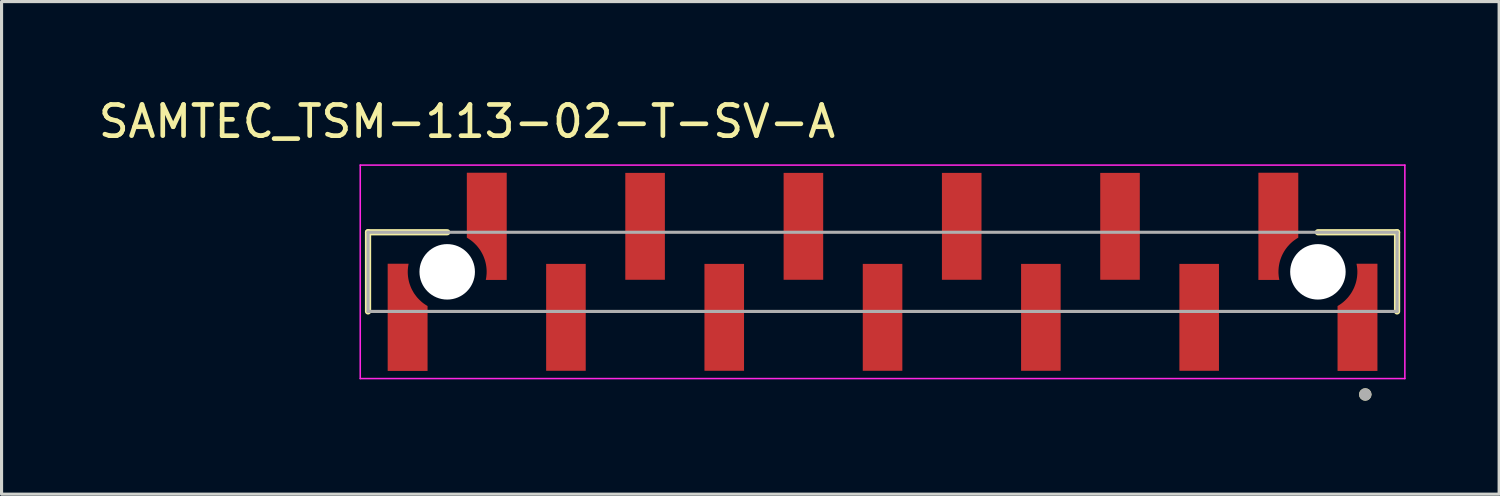
<source format=kicad_pcb>
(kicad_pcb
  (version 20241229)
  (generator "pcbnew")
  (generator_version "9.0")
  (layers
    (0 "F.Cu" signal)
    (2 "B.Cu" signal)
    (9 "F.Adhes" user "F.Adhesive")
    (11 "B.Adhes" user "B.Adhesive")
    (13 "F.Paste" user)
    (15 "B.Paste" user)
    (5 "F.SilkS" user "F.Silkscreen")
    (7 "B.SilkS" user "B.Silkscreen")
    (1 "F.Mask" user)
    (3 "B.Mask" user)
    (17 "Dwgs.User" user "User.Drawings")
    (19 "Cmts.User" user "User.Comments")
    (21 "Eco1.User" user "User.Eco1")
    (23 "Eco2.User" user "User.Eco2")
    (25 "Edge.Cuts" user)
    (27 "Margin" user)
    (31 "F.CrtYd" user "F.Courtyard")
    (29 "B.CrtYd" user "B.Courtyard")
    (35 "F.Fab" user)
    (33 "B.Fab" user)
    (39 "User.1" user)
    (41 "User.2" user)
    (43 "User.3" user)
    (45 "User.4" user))
  (footprint "SAMTEC_TSM-113-02-T-SV-A"
    (layer "F.Cu")
    (at 25.27 5.673)
    (property "Reference" "SAMTEC_TSM-113-02-T-SV-A" (at -13.335 -4.825 0) (layer "F.SilkS") (effects (font (size 1 1) (thickness 0.15))))
    (attr smd)
    (fp_poly (pts (xy -11.965 0.355) (xy -12.855 0.355) (xy -12.838 0.294) (xy -12.825 0.24) (xy -12.816 0.187) (xy -12.808 0.132) (xy -12.804 0.078) (xy -12.801 0.023) (xy -12.802 -0.031) (xy -12.805 -0.086) (xy -12.81 -0.141) (xy -12.818 -0.195) (xy -12.828 -0.248) (xy -12.841 -0.301) (xy -12.857 -0.354) (xy -12.874 -0.406) (xy -12.895 -0.457) (xy -12.917 -0.506) (xy -12.942 -0.555) (xy -12.969 -0.603) (xy -12.998 -0.649) (xy -13.03 -0.694) (xy -13.063 -0.737) (xy -13.099 -0.779) (xy -13.136 -0.819) (xy -13.175 -0.857) (xy -13.216 -0.893) (xy -13.258 -0.928) (xy -13.302 -0.96) (xy -13.348 -0.99) (xy -13.395 -1.019) (xy -13.435 -1.04) (xy -13.435 -3.275) (xy -11.965 -3.275) (xy -11.965 0.355)) (stroke (width 0.01) (type solid)) (fill yes) (layer "F.Mask"))
    (fp_poly (pts (xy 15.975 -0.355) (xy 15.085 -0.355) (xy 15.102 -0.294) (xy 15.115 -0.24) (xy 15.124 -0.187) (xy 15.132 -0.132) (xy 15.136 -0.078) (xy 15.139 -0.023) (xy 15.138 0.031) (xy 15.135 0.086) (xy 15.13 0.141) (xy 15.122 0.195) (xy 15.112 0.248) (xy 15.099 0.301) (xy 15.083 0.354) (xy 15.066 0.406) (xy 15.045 0.457) (xy 15.023 0.506) (xy 14.998 0.555) (xy 14.971 0.603) (xy 14.942 0.649) (xy 14.91 0.694) (xy 14.877 0.737) (xy 14.841 0.779) (xy 14.804 0.819) (xy 14.765 0.857) (xy 14.724 0.893) (xy 14.682 0.928) (xy 14.638 0.96) (xy 14.592 0.99) (xy 14.545 1.019) (xy 14.505 1.04) (xy 14.505 3.275) (xy 15.975 3.275) (xy 15.975 -0.355)) (stroke (width 0.01) (type solid)) (fill yes) (layer "F.Mask"))
    (fp_poly (pts (xy -15.085 -0.355) (xy -15.975 -0.355) (xy -15.975 3.275) (xy -14.505 3.275) (xy -14.505 1.04) (xy -14.545 1.019) (xy -14.592 0.99) (xy -14.638 0.96) (xy -14.682 0.928) (xy -14.724 0.893) (xy -14.765 0.857) (xy -14.804 0.819) (xy -14.841 0.779) (xy -14.877 0.737) (xy -14.91 0.694) (xy -14.942 0.649) (xy -14.971 0.603) (xy -14.998 0.555) (xy -15.023 0.506) (xy -15.045 0.457) (xy -15.066 0.406) (xy -15.083 0.354) (xy -15.099 0.301) (xy -15.112 0.248) (xy -15.122 0.195) (xy -15.13 0.141) (xy -15.135 0.086) (xy -15.138 0.031) (xy -15.139 -0.023) (xy -15.136 -0.078) (xy -15.132 -0.132) (xy -15.124 -0.187) (xy -15.115 -0.24) (xy -15.102 -0.294) (xy -15.085 -0.355) (xy -15.085 -0.355)) (stroke (width 0.01) (type solid)) (fill yes) (layer "F.Mask"))
    (fp_poly (pts (xy 12.855 0.355) (xy 11.965 0.355) (xy 11.965 -3.275) (xy 13.435 -3.275) (xy 13.435 -1.04) (xy 13.395 -1.019) (xy 13.348 -0.99) (xy 13.302 -0.96) (xy 13.258 -0.928) (xy 13.216 -0.893) (xy 13.175 -0.857) (xy 13.136 -0.819) (xy 13.099 -0.779) (xy 13.063 -0.737) (xy 13.03 -0.694) (xy 12.998 -0.649) (xy 12.969 -0.603) (xy 12.942 -0.555) (xy 12.917 -0.506) (xy 12.895 -0.457) (xy 12.874 -0.406) (xy 12.857 -0.354) (xy 12.841 -0.301) (xy 12.828 -0.248) (xy 12.818 -0.195) (xy 12.81 -0.141) (xy 12.805 -0.086) (xy 12.802 -0.031) (xy 12.801 0.023) (xy 12.804 0.078) (xy 12.808 0.132) (xy 12.816 0.187) (xy 12.825 0.24) (xy 12.838 0.294) (xy 12.855 0.355) (xy 12.855 0.355)) (stroke (width 0.01) (type solid)) (fill yes) (layer "F.Mask"))
    (fp_line (start -16.51 -1.27) (end -13.97 -1.27) (stroke (width 0.2) (type solid)) (layer "F.SilkS"))
    (fp_line (start -16.51 1.27) (end -16.51 -1.27) (stroke (width 0.2) (type solid)) (layer "F.SilkS"))
    (fp_line (start 13.97 -1.27) (end 16.51 -1.27) (stroke (width 0.2) (type solid)) (layer "F.SilkS"))
    (fp_line (start 16.51 -1.27) (end 16.51 1.27) (stroke (width 0.2) (type solid)) (layer "F.SilkS"))
    (fp_circle (center 15.49 3.935) (end 15.59 3.935) (stroke (width 0.2) (type solid)) (fill no) (layer "F.SilkS"))
    (fp_poly (pts (xy -12.065 0.255) (xy -12.726 0.255) (xy -12.717 0.207) (xy -12.709 0.155) (xy -12.704 0.102) (xy -12.7 0.05) (xy -12.699 -0.003) (xy -12.7 -0.056) (xy -12.704 -0.109) (xy -12.709 -0.162) (xy -12.717 -0.214) (xy -12.727 -0.266) (xy -12.739 -0.318) (xy -12.753 -0.369) (xy -12.77 -0.419) (xy -12.788 -0.468) (xy -12.808 -0.517) (xy -12.831 -0.565) (xy -12.856 -0.612) (xy -12.882 -0.658) (xy -12.91 -0.703) (xy -12.941 -0.746) (xy -12.973 -0.788) (xy -13.006 -0.829) (xy -13.042 -0.868) (xy -13.079 -0.906) (xy -13.117 -0.942) (xy -13.157 -0.977) (xy -13.199 -1.01) (xy -13.242 -1.041) (xy -13.286 -1.07) (xy -13.335 -1.1) (xy -13.335 -3.175) (xy -12.065 -3.175) (xy -12.065 0.255)) (stroke (width 0.01) (type solid)) (fill yes) (layer "F.Paste"))
    (fp_poly (pts (xy 15.875 -0.255) (xy 15.214 -0.255) (xy 15.223 -0.207) (xy 15.231 -0.155) (xy 15.236 -0.102) (xy 15.24 -0.05) (xy 15.241 0.003) (xy 15.24 0.056) (xy 15.236 0.109) (xy 15.231 0.162) (xy 15.223 0.214) (xy 15.213 0.266) (xy 15.201 0.318) (xy 15.187 0.369) (xy 15.17 0.419) (xy 15.152 0.468) (xy 15.132 0.517) (xy 15.109 0.565) (xy 15.084 0.612) (xy 15.058 0.658) (xy 15.03 0.703) (xy 14.999 0.746) (xy 14.967 0.788) (xy 14.934 0.829) (xy 14.898 0.868) (xy 14.861 0.906) (xy 14.823 0.942) (xy 14.783 0.977) (xy 14.741 1.01) (xy 14.698 1.041) (xy 14.654 1.07) (xy 14.605 1.1) (xy 14.605 3.175) (xy 15.875 3.175) (xy 15.875 -0.255)) (stroke (width 0.01) (type solid)) (fill yes) (layer "F.Paste"))
    (fp_poly (pts (xy -15.214 -0.255) (xy -15.875 -0.255) (xy -15.875 3.175) (xy -14.605 3.175) (xy -14.605 1.1) (xy -14.654 1.07) (xy -14.698 1.041) (xy -14.741 1.01) (xy -14.783 0.977) (xy -14.823 0.942) (xy -14.861 0.906) (xy -14.898 0.868) (xy -14.934 0.829) (xy -14.967 0.788) (xy -14.999 0.746) (xy -15.03 0.703) (xy -15.058 0.658) (xy -15.084 0.612) (xy -15.109 0.565) (xy -15.132 0.517) (xy -15.152 0.468) (xy -15.17 0.419) (xy -15.187 0.369) (xy -15.201 0.318) (xy -15.213 0.266) (xy -15.223 0.214) (xy -15.231 0.162) (xy -15.236 0.109) (xy -15.24 0.056) (xy -15.241 0.003) (xy -15.24 -0.05) (xy -15.236 -0.102) (xy -15.231 -0.155) (xy -15.223 -0.207) (xy -15.214 -0.255) (xy -15.214 -0.255)) (stroke (width 0.01) (type solid)) (fill yes) (layer "F.Paste"))
    (fp_poly (pts (xy 12.726 0.255) (xy 12.065 0.255) (xy 12.065 -3.175) (xy 13.335 -3.175) (xy 13.335 -1.1) (xy 13.286 -1.07) (xy 13.242 -1.041) (xy 13.199 -1.01) (xy 13.157 -0.977) (xy 13.117 -0.942) (xy 13.079 -0.906) (xy 13.042 -0.868) (xy 13.006 -0.829) (xy 12.973 -0.788) (xy 12.941 -0.746) (xy 12.91 -0.703) (xy 12.882 -0.658) (xy 12.856 -0.612) (xy 12.831 -0.565) (xy 12.808 -0.517) (xy 12.788 -0.468) (xy 12.77 -0.419) (xy 12.753 -0.369) (xy 12.739 -0.318) (xy 12.727 -0.266) (xy 12.717 -0.214) (xy 12.709 -0.162) (xy 12.704 -0.109) (xy 12.7 -0.056) (xy 12.699 -0.003) (xy 12.7 0.05) (xy 12.704 0.102) (xy 12.709 0.155) (xy 12.717 0.207) (xy 12.726 0.255) (xy 12.726 0.255)) (stroke (width 0.01) (type solid)) (fill yes) (layer "F.Paste"))
    (fp_line (start -16.76 -3.425) (end 16.76 -3.425) (stroke (width 0.05) (type solid)) (layer "F.CrtYd"))
    (fp_line (start -16.76 3.425) (end -16.76 -3.425) (stroke (width 0.05) (type solid)) (layer "F.CrtYd"))
    (fp_line (start 16.76 -3.425) (end 16.76 3.425) (stroke (width 0.05) (type solid)) (layer "F.CrtYd"))
    (fp_line (start 16.76 3.425) (end -16.76 3.425) (stroke (width 0.05) (type solid)) (layer "F.CrtYd"))
    (fp_line (start -16.51 -1.27) (end 16.51 -1.27) (stroke (width 0.1) (type solid)) (layer "F.Fab"))
    (fp_line (start -16.51 1.27) (end -16.51 -1.27) (stroke (width 0.1) (type solid)) (layer "F.Fab"))
    (fp_line (start 16.51 -1.27) (end 16.51 1.27) (stroke (width 0.1) (type solid)) (layer "F.Fab"))
    (fp_line (start 16.51 1.27) (end -16.51 1.27) (stroke (width 0.1) (type solid)) (layer "F.Fab"))
    (fp_circle (center 15.49 3.935) (end 15.59 3.935) (stroke (width 0.2) (type solid)) (fill no) (layer "F.Fab"))
    (pad "" np_thru_hole circle (at -13.97 0) (size 1.78 1.78) (drill 1.78) (layers "*.Cu" "*.Mask"))
    (pad "" np_thru_hole circle (at 13.97 0) (size 1.78 1.78) (drill 1.78) (layers "*.Cu" "*.Mask"))
    (pad "01" smd custom (at 15.24 1.46) (size 0.5 0.5) (layers "F.Cu" "F.Mask" "F.Paste") (options (anchor rect)) (primitives (gr_poly (pts (xy 0.635 -1.715) (xy -0.026 -1.715) (xy -0.017 -1.667) (xy -0.009 -1.615) (xy -0.004 -1.562) (xy 0 -1.51) (xy 0.001 -1.457) (xy 0 -1.404) (xy -0.004 -1.351) (xy -0.009 -1.298) (xy -0.017 -1.246) (xy -0.027 -1.194) (xy -0.039 -1.142) (xy -0.053 -1.091) (xy -0.07 -1.041) (xy -0.088 -0.992) (xy -0.108 -0.943) (xy -0.131 -0.895) (xy -0.156 -0.848) (xy -0.182 -0.802) (xy -0.21 -0.757) (xy -0.241 -0.714) (xy -0.273 -0.672) (xy -0.306 -0.631) (xy -0.342 -0.592) (xy -0.379 -0.554) (xy -0.417 -0.518) (xy -0.457 -0.483) (xy -0.499 -0.45) (xy -0.542 -0.419) (xy -0.586 -0.39) (xy -0.635 -0.36) (xy -0.635 1.715) (xy 0.635 1.715) (xy 0.635 -1.715)) (width 0.01) (fill yes))))
    (pad "02" smd custom (at 12.7 -1.46) (size 0.5 0.5) (layers "F.Cu" "F.Mask" "F.Paste") (options (anchor rect)) (primitives (gr_poly (pts (xy 0.026 1.715) (xy -0.635 1.715) (xy -0.635 -1.715) (xy 0.635 -1.715) (xy 0.635 0.36) (xy 0.586 0.39) (xy 0.542 0.419) (xy 0.499 0.45) (xy 0.457 0.483) (xy 0.417 0.518) (xy 0.379 0.554) (xy 0.342 0.592) (xy 0.306 0.631) (xy 0.273 0.672) (xy 0.241 0.714) (xy 0.21 0.757) (xy 0.182 0.802) (xy 0.156 0.848) (xy 0.131 0.895) (xy 0.108 0.943) (xy 0.088 0.992) (xy 0.07 1.041) (xy 0.053 1.091) (xy 0.039 1.142) (xy 0.027 1.194) (xy 0.017 1.246) (xy 0.009 1.298) (xy 0.004 1.351) (xy 0 1.404) (xy -0.001 1.457) (xy 0 1.51) (xy 0.004 1.562) (xy 0.009 1.615) (xy 0.017 1.667) (xy 0.026 1.715) (xy 0.026 1.715)) (width 0.01) (fill yes))))
    (pad "03" smd rect (at 10.16 1.46) (size 1.27 3.43) (layers "F.Cu" "F.Mask" "F.Paste"))
    (pad "04" smd rect (at 7.62 -1.46) (size 1.27 3.43) (layers "F.Cu" "F.Mask" "F.Paste"))
    (pad "05" smd rect (at 5.08 1.46) (size 1.27 3.43) (layers "F.Cu" "F.Mask" "F.Paste"))
    (pad "06" smd rect (at 2.54 -1.46) (size 1.27 3.43) (layers "F.Cu" "F.Mask" "F.Paste"))
    (pad "07" smd rect (at 0 1.46) (size 1.27 3.43) (layers "F.Cu" "F.Mask" "F.Paste"))
    (pad "08" smd rect (at -2.54 -1.46) (size 1.27 3.43) (layers "F.Cu" "F.Mask" "F.Paste"))
    (pad "09" smd rect (at -5.08 1.46) (size 1.27 3.43) (layers "F.Cu" "F.Mask" "F.Paste"))
    (pad "10" smd rect (at -7.62 -1.46) (size 1.27 3.43) (layers "F.Cu" "F.Mask" "F.Paste"))
    (pad "11" smd rect (at -10.16 1.46) (size 1.27 3.43) (layers "F.Cu" "F.Mask" "F.Paste"))
    (pad "12" smd custom (at -12.7 -1.46) (size 0.5 0.5) (layers "F.Cu" "F.Mask" "F.Paste") (options (anchor rect)) (primitives (gr_poly (pts (xy 0.635 1.715) (xy -0.026 1.715) (xy -0.017 1.667) (xy -0.009 1.615) (xy -0.004 1.562) (xy 0 1.51) (xy 0.001 1.457) (xy 0 1.404) (xy -0.004 1.351) (xy -0.009 1.298) (xy -0.017 1.246) (xy -0.027 1.194) (xy -0.039 1.142) (xy -0.053 1.091) (xy -0.07 1.041) (xy -0.088 0.992) (xy -0.108 0.943) (xy -0.131 0.895) (xy -0.156 0.848) (xy -0.182 0.802) (xy -0.21 0.757) (xy -0.241 0.714) (xy -0.273 0.672) (xy -0.306 0.631) (xy -0.342 0.592) (xy -0.379 0.554) (xy -0.417 0.518) (xy -0.457 0.483) (xy -0.499 0.45) (xy -0.542 0.419) (xy -0.586 0.39) (xy -0.635 0.36) (xy -0.635 -1.715) (xy 0.635 -1.715) (xy 0.635 1.715)) (width 0.01) (fill yes))))
    (pad "13" smd custom (at -15.24 1.46) (size 0.5 0.5) (layers "F.Cu" "F.Mask" "F.Paste") (options (anchor rect)) (primitives (gr_poly (pts (xy 0.026 -1.715) (xy -0.635 -1.715) (xy -0.635 1.715) (xy 0.635 1.715) (xy 0.635 -0.36) (xy 0.586 -0.39) (xy 0.542 -0.419) (xy 0.499 -0.45) (xy 0.457 -0.483) (xy 0.417 -0.518) (xy 0.379 -0.554) (xy 0.342 -0.592) (xy 0.306 -0.631) (xy 0.273 -0.672) (xy 0.241 -0.714) (xy 0.21 -0.757) (xy 0.182 -0.802) (xy 0.156 -0.848) (xy 0.131 -0.895) (xy 0.108 -0.943) (xy 0.088 -0.992) (xy 0.07 -1.041) (xy 0.053 -1.091) (xy 0.039 -1.142) (xy 0.027 -1.194) (xy 0.017 -1.246) (xy 0.009 -1.298) (xy 0.004 -1.351) (xy 0 -1.404) (xy -0.001 -1.457) (xy 0 -1.51) (xy 0.004 -1.562) (xy 0.009 -1.615) (xy 0.017 -1.667) (xy 0.026 -1.715) (xy 0.026 -1.715)) (width 0.01) (fill yes)))))
  (gr_rect
    (start -3 -3)
    (end 45.055 12.808)
    (stroke (width 0.1) (type default))
    (fill no)
    (layer "Edge.Cuts")))
</source>
